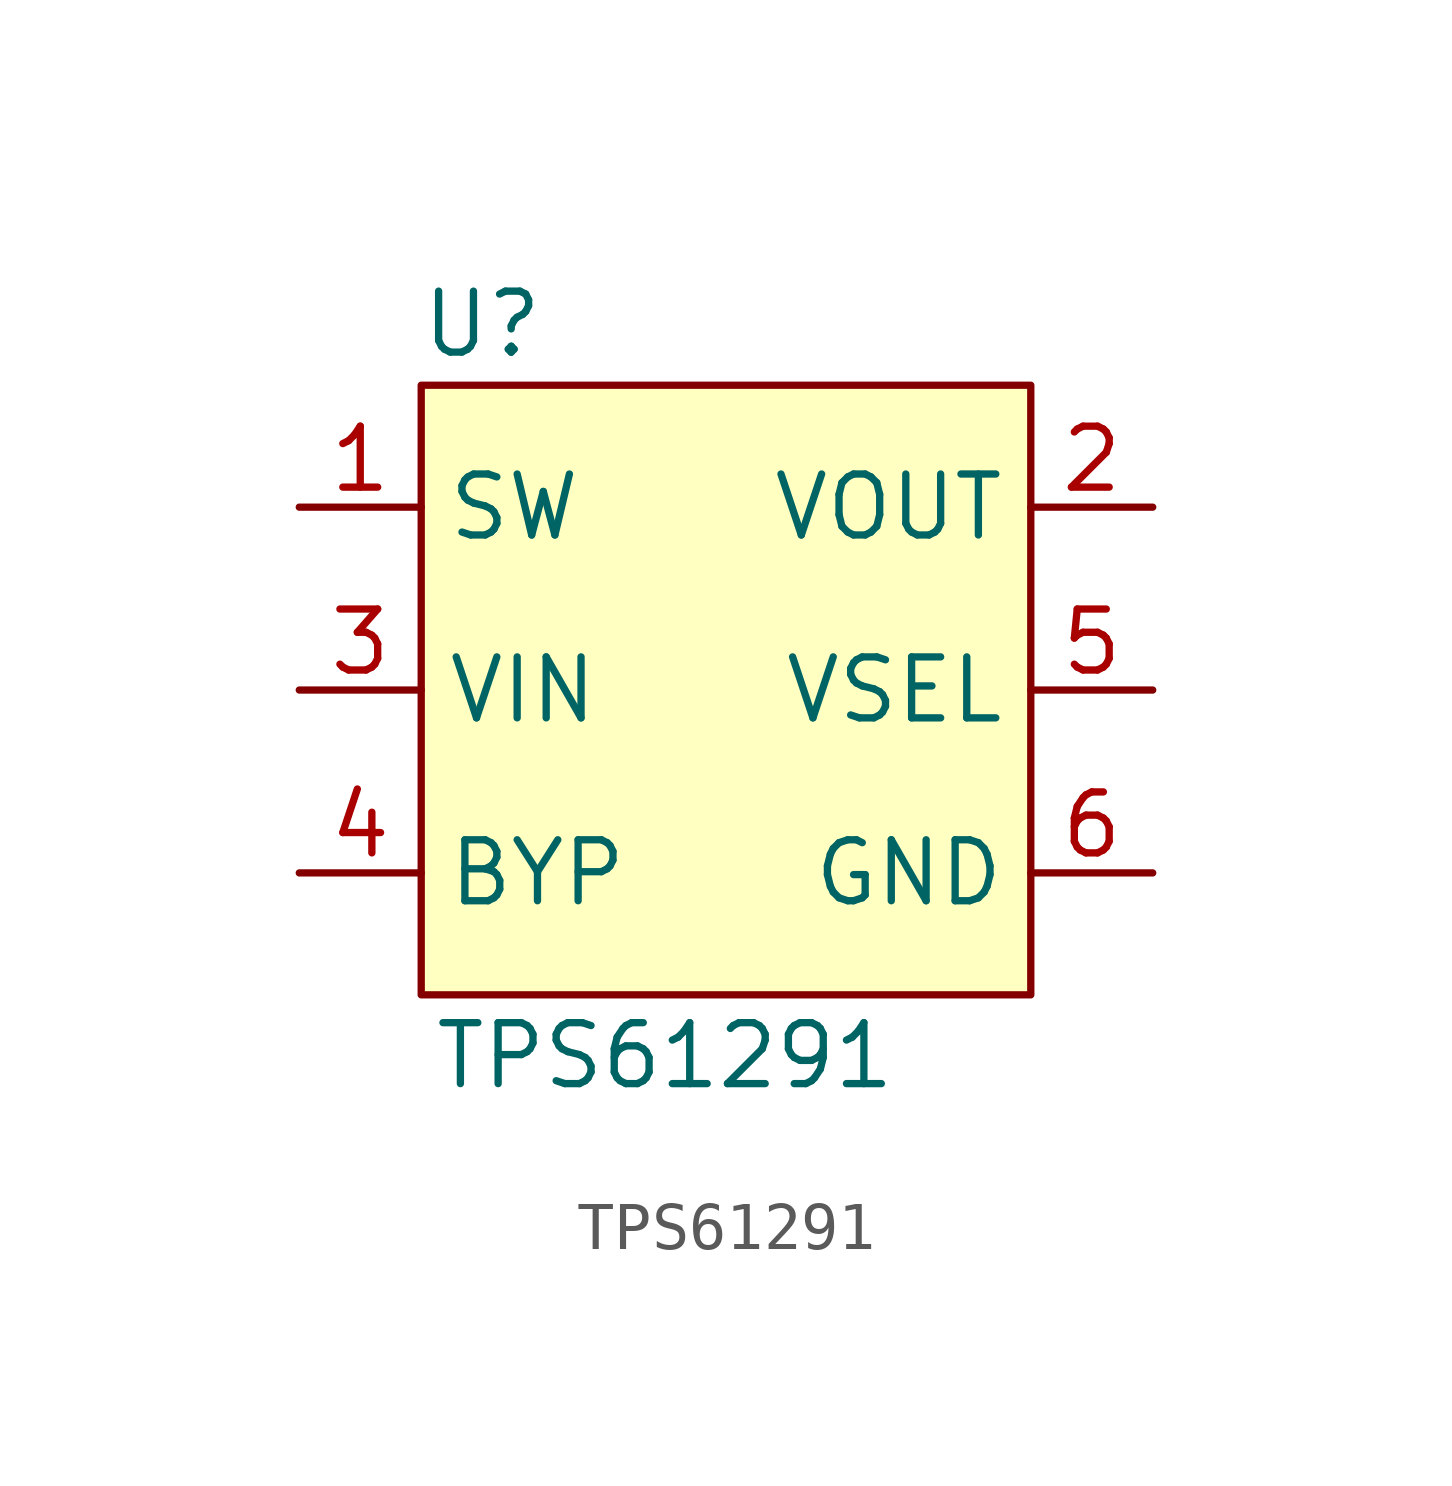
<source format=kicad_sym>
(kicad_symbol_lib
  (version 20220914)
  (generator kicad_symbol_editor)
  (symbol "TPS61291"
    (property "Reference" "U"
      (at -5.08 7.62 0)
      (effects (font (size 1.27 1.27))))
    (property "Value" "TPS61291"
      (at -1.27 -7.62 0)
      (effects (font (size 1.27 1.27))))
    (symbol "TPS61291_1_1"
      (rectangle (start -6.35 6.35) (end 6.35 -6.35) (stroke (width 0) (type default)) (fill (type background)))
      (pin input line (at -8.89 3.81 0) (length 2.54) (name "SW" (effects (font (size 1.27 1.27)))) (number "1" (effects (font (size 1.27 1.27)))))
      (pin power_out line (at 8.89 3.81 180) (length 2.54) (name "VOUT" (effects (font (size 1.27 1.27)))) (number "2" (effects (font (size 1.27 1.27)))))
      (pin power_in line (at -8.89 0 0) (length 2.54) (name "VIN" (effects (font (size 1.27 1.27)))) (number "3" (effects (font (size 1.27 1.27)))))
      (pin passive line (at -8.89 -3.81 0) (length 2.54) (name "BYP" (effects (font (size 1.27 1.27)))) (number "4" (effects (font (size 1.27 1.27)))))
      (pin passive line (at 8.89 0 180) (length 2.54) (name "VSEL" (effects (font (size 1.27 1.27)))) (number "5" (effects (font (size 1.27 1.27)))))
      (pin passive line (at 8.89 -3.81 180) (length 2.54) (name "GND" (effects (font (size 1.27 1.27)))) (number "6" (effects (font (size 1.27 1.27)))))
      (pin passive line (at 8.89 -3.81 180) (length 2.54) hide (name "GND" (effects (font (size 1.27 1.27)))) (number "7" (effects (font (size 1.27 1.27))))))))
</source>
